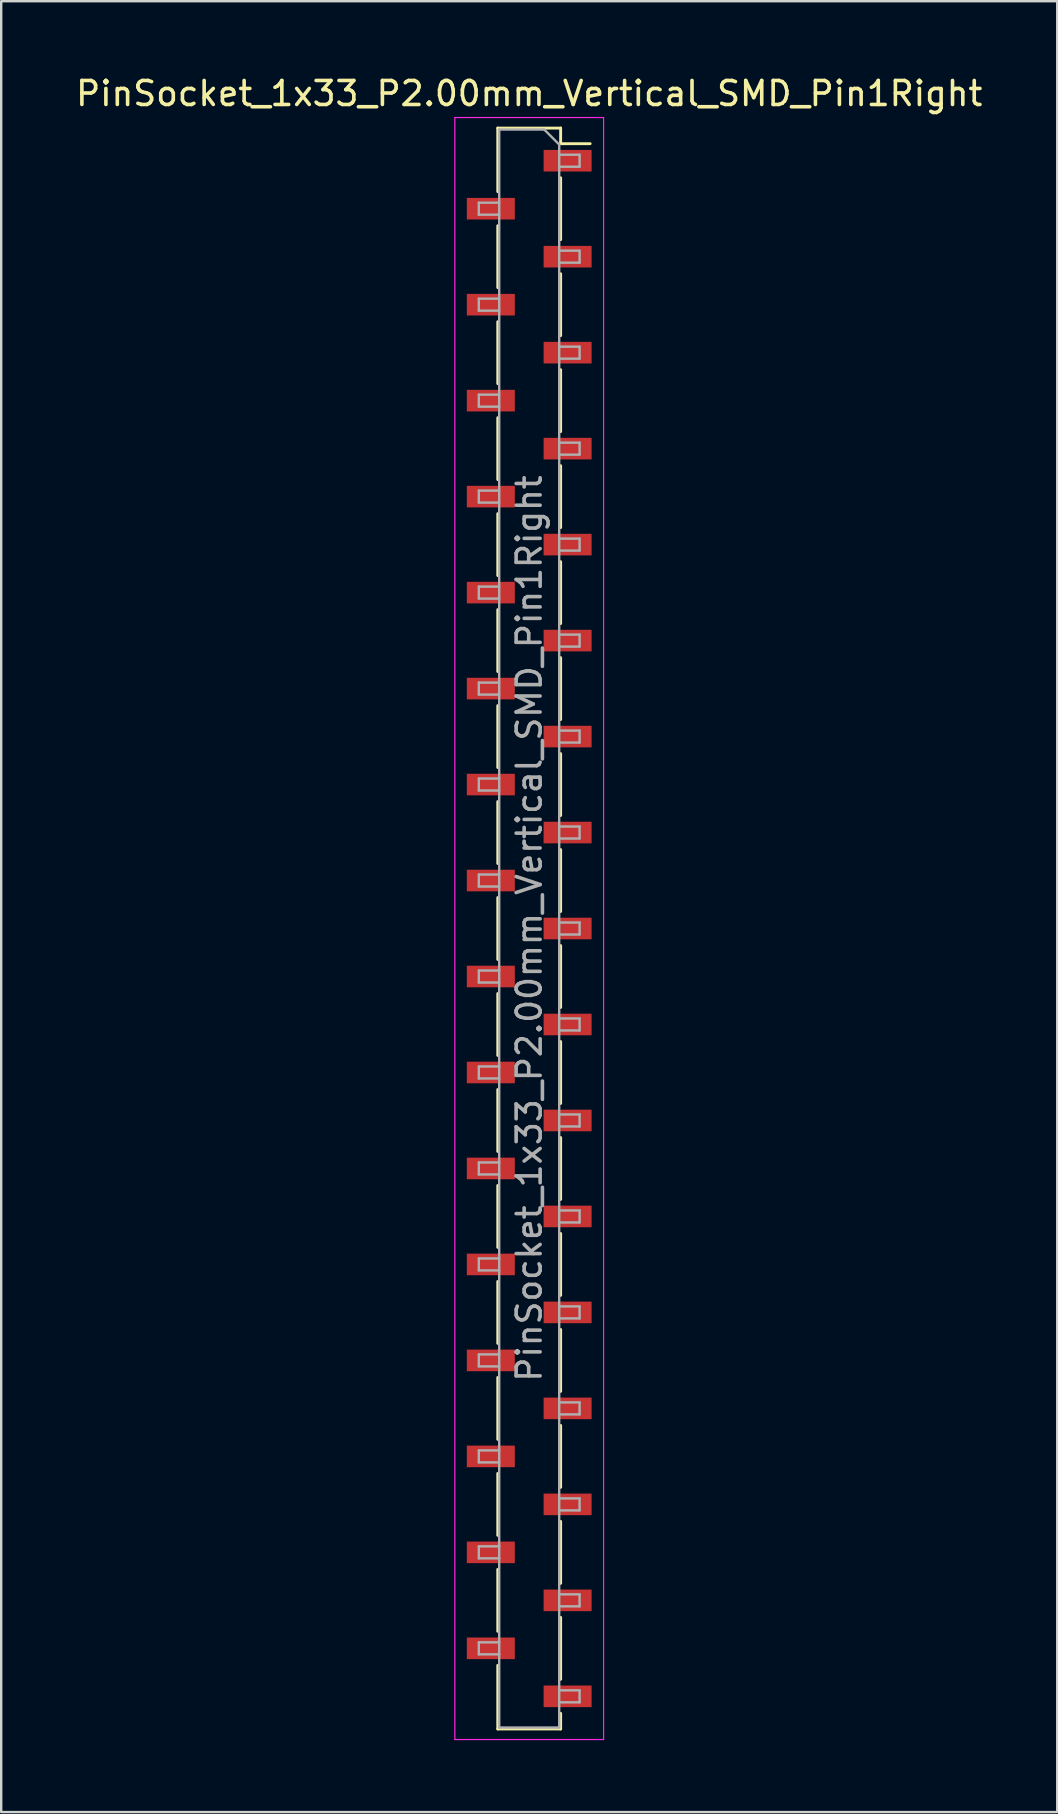
<source format=kicad_pcb>
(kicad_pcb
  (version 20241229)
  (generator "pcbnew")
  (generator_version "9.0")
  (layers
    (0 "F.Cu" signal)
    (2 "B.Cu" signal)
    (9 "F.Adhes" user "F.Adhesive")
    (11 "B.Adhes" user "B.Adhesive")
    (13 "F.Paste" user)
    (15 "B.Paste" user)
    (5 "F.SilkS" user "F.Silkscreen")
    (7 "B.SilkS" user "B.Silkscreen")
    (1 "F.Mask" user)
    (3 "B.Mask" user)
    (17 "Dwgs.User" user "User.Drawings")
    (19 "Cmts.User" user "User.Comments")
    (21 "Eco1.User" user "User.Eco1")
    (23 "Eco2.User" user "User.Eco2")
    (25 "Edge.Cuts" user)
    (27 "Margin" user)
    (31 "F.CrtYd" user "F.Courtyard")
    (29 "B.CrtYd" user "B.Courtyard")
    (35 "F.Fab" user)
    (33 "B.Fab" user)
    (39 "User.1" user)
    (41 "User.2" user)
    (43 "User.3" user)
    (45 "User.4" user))
  (footprint "PinSocket_1x33_P2.00mm_Vertical_SMD_Pin1Right"
    (layer "F.Cu")
    (at 19.006 35.648)
    (property "Reference" "PinSocket_1x33_P2.00mm_Vertical_SMD_Pin1Right" (at 0 -34.8 0) (layer "F.SilkS") (effects (font (size 1 1) (thickness 0.15))))
    (attr smd)
    (fp_line (start -1.31 -33.36) (end -1.31 -30.71) (stroke (width 0.12) (type solid)) (layer "F.SilkS"))
    (fp_line (start -1.31 -33.36) (end 1.31 -33.36) (stroke (width 0.12) (type solid)) (layer "F.SilkS"))
    (fp_line (start -1.31 -29.29) (end -1.31 -26.71) (stroke (width 0.12) (type solid)) (layer "F.SilkS"))
    (fp_line (start -1.31 -25.29) (end -1.31 -22.71) (stroke (width 0.12) (type solid)) (layer "F.SilkS"))
    (fp_line (start -1.31 -21.29) (end -1.31 -18.71) (stroke (width 0.12) (type solid)) (layer "F.SilkS"))
    (fp_line (start -1.31 -17.29) (end -1.31 -14.71) (stroke (width 0.12) (type solid)) (layer "F.SilkS"))
    (fp_line (start -1.31 -13.29) (end -1.31 -10.71) (stroke (width 0.12) (type solid)) (layer "F.SilkS"))
    (fp_line (start -1.31 -9.29) (end -1.31 -6.71) (stroke (width 0.12) (type solid)) (layer "F.SilkS"))
    (fp_line (start -1.31 -5.29) (end -1.31 -2.71) (stroke (width 0.12) (type solid)) (layer "F.SilkS"))
    (fp_line (start -1.31 -1.29) (end -1.31 1.29) (stroke (width 0.12) (type solid)) (layer "F.SilkS"))
    (fp_line (start -1.31 2.71) (end -1.31 5.29) (stroke (width 0.12) (type solid)) (layer "F.SilkS"))
    (fp_line (start -1.31 6.71) (end -1.31 9.29) (stroke (width 0.12) (type solid)) (layer "F.SilkS"))
    (fp_line (start -1.31 10.71) (end -1.31 13.29) (stroke (width 0.12) (type solid)) (layer "F.SilkS"))
    (fp_line (start -1.31 14.71) (end -1.31 17.29) (stroke (width 0.12) (type solid)) (layer "F.SilkS"))
    (fp_line (start -1.31 18.71) (end -1.31 21.29) (stroke (width 0.12) (type solid)) (layer "F.SilkS"))
    (fp_line (start -1.31 22.71) (end -1.31 25.29) (stroke (width 0.12) (type solid)) (layer "F.SilkS"))
    (fp_line (start -1.31 26.71) (end -1.31 29.29) (stroke (width 0.12) (type solid)) (layer "F.SilkS"))
    (fp_line (start -1.31 30.71) (end -1.31 33.36) (stroke (width 0.12) (type solid)) (layer "F.SilkS"))
    (fp_line (start -1.31 33.36) (end 1.31 33.36) (stroke (width 0.12) (type solid)) (layer "F.SilkS"))
    (fp_line (start 1.31 -33.36) (end 1.31 -32.71) (stroke (width 0.12) (type solid)) (layer "F.SilkS"))
    (fp_line (start 1.31 -32.71) (end 2.54 -32.71) (stroke (width 0.12) (type solid)) (layer "F.SilkS"))
    (fp_line (start 1.31 -31.29) (end 1.31 -28.71) (stroke (width 0.12) (type solid)) (layer "F.SilkS"))
    (fp_line (start 1.31 -27.29) (end 1.31 -24.71) (stroke (width 0.12) (type solid)) (layer "F.SilkS"))
    (fp_line (start 1.31 -23.29) (end 1.31 -20.71) (stroke (width 0.12) (type solid)) (layer "F.SilkS"))
    (fp_line (start 1.31 -19.29) (end 1.31 -16.71) (stroke (width 0.12) (type solid)) (layer "F.SilkS"))
    (fp_line (start 1.31 -15.29) (end 1.31 -12.71) (stroke (width 0.12) (type solid)) (layer "F.SilkS"))
    (fp_line (start 1.31 -11.29) (end 1.31 -8.71) (stroke (width 0.12) (type solid)) (layer "F.SilkS"))
    (fp_line (start 1.31 -7.29) (end 1.31 -4.71) (stroke (width 0.12) (type solid)) (layer "F.SilkS"))
    (fp_line (start 1.31 -3.29) (end 1.31 -0.71) (stroke (width 0.12) (type solid)) (layer "F.SilkS"))
    (fp_line (start 1.31 0.71) (end 1.31 3.29) (stroke (width 0.12) (type solid)) (layer "F.SilkS"))
    (fp_line (start 1.31 4.71) (end 1.31 7.29) (stroke (width 0.12) (type solid)) (layer "F.SilkS"))
    (fp_line (start 1.31 8.71) (end 1.31 11.29) (stroke (width 0.12) (type solid)) (layer "F.SilkS"))
    (fp_line (start 1.31 12.71) (end 1.31 15.29) (stroke (width 0.12) (type solid)) (layer "F.SilkS"))
    (fp_line (start 1.31 16.71) (end 1.31 19.29) (stroke (width 0.12) (type solid)) (layer "F.SilkS"))
    (fp_line (start 1.31 20.71) (end 1.31 23.29) (stroke (width 0.12) (type solid)) (layer "F.SilkS"))
    (fp_line (start 1.31 24.71) (end 1.31 27.29) (stroke (width 0.12) (type solid)) (layer "F.SilkS"))
    (fp_line (start 1.31 28.71) (end 1.31 31.29) (stroke (width 0.12) (type solid)) (layer "F.SilkS"))
    (fp_line (start 1.31 32.71) (end 1.31 33.36) (stroke (width 0.12) (type solid)) (layer "F.SilkS"))
    (fp_line (start -3.1 -33.8) (end 3.1 -33.8) (stroke (width 0.05) (type solid)) (layer "F.CrtYd"))
    (fp_line (start -3.1 33.8) (end -3.1 -33.8) (stroke (width 0.05) (type solid)) (layer "F.CrtYd"))
    (fp_line (start 3.1 -33.8) (end 3.1 33.8) (stroke (width 0.05) (type solid)) (layer "F.CrtYd"))
    (fp_line (start 3.1 33.8) (end -3.1 33.8) (stroke (width 0.05) (type solid)) (layer "F.CrtYd"))
    (fp_line (start -2.1 -30.25) (end -1.25 -30.25) (stroke (width 0.1) (type solid)) (layer "F.Fab"))
    (fp_line (start -2.1 -29.75) (end -2.1 -30.25) (stroke (width 0.1) (type solid)) (layer "F.Fab"))
    (fp_line (start -2.1 -26.25) (end -1.25 -26.25) (stroke (width 0.1) (type solid)) (layer "F.Fab"))
    (fp_line (start -2.1 -25.75) (end -2.1 -26.25) (stroke (width 0.1) (type solid)) (layer "F.Fab"))
    (fp_line (start -2.1 -22.25) (end -1.25 -22.25) (stroke (width 0.1) (type solid)) (layer "F.Fab"))
    (fp_line (start -2.1 -21.75) (end -2.1 -22.25) (stroke (width 0.1) (type solid)) (layer "F.Fab"))
    (fp_line (start -2.1 -18.25) (end -1.25 -18.25) (stroke (width 0.1) (type solid)) (layer "F.Fab"))
    (fp_line (start -2.1 -17.75) (end -2.1 -18.25) (stroke (width 0.1) (type solid)) (layer "F.Fab"))
    (fp_line (start -2.1 -14.25) (end -1.25 -14.25) (stroke (width 0.1) (type solid)) (layer "F.Fab"))
    (fp_line (start -2.1 -13.75) (end -2.1 -14.25) (stroke (width 0.1) (type solid)) (layer "F.Fab"))
    (fp_line (start -2.1 -10.25) (end -1.25 -10.25) (stroke (width 0.1) (type solid)) (layer "F.Fab"))
    (fp_line (start -2.1 -9.75) (end -2.1 -10.25) (stroke (width 0.1) (type solid)) (layer "F.Fab"))
    (fp_line (start -2.1 -6.25) (end -1.25 -6.25) (stroke (width 0.1) (type solid)) (layer "F.Fab"))
    (fp_line (start -2.1 -5.75) (end -2.1 -6.25) (stroke (width 0.1) (type solid)) (layer "F.Fab"))
    (fp_line (start -2.1 -2.25) (end -1.25 -2.25) (stroke (width 0.1) (type solid)) (layer "F.Fab"))
    (fp_line (start -2.1 -1.75) (end -2.1 -2.25) (stroke (width 0.1) (type solid)) (layer "F.Fab"))
    (fp_line (start -2.1 1.75) (end -1.25 1.75) (stroke (width 0.1) (type solid)) (layer "F.Fab"))
    (fp_line (start -2.1 2.25) (end -2.1 1.75) (stroke (width 0.1) (type solid)) (layer "F.Fab"))
    (fp_line (start -2.1 5.75) (end -1.25 5.75) (stroke (width 0.1) (type solid)) (layer "F.Fab"))
    (fp_line (start -2.1 6.25) (end -2.1 5.75) (stroke (width 0.1) (type solid)) (layer "F.Fab"))
    (fp_line (start -2.1 9.75) (end -1.25 9.75) (stroke (width 0.1) (type solid)) (layer "F.Fab"))
    (fp_line (start -2.1 10.25) (end -2.1 9.75) (stroke (width 0.1) (type solid)) (layer "F.Fab"))
    (fp_line (start -2.1 13.75) (end -1.25 13.75) (stroke (width 0.1) (type solid)) (layer "F.Fab"))
    (fp_line (start -2.1 14.25) (end -2.1 13.75) (stroke (width 0.1) (type solid)) (layer "F.Fab"))
    (fp_line (start -2.1 17.75) (end -1.25 17.75) (stroke (width 0.1) (type solid)) (layer "F.Fab"))
    (fp_line (start -2.1 18.25) (end -2.1 17.75) (stroke (width 0.1) (type solid)) (layer "F.Fab"))
    (fp_line (start -2.1 21.75) (end -1.25 21.75) (stroke (width 0.1) (type solid)) (layer "F.Fab"))
    (fp_line (start -2.1 22.25) (end -2.1 21.75) (stroke (width 0.1) (type solid)) (layer "F.Fab"))
    (fp_line (start -2.1 25.75) (end -1.25 25.75) (stroke (width 0.1) (type solid)) (layer "F.Fab"))
    (fp_line (start -2.1 26.25) (end -2.1 25.75) (stroke (width 0.1) (type solid)) (layer "F.Fab"))
    (fp_line (start -2.1 29.75) (end -1.25 29.75) (stroke (width 0.1) (type solid)) (layer "F.Fab"))
    (fp_line (start -2.1 30.25) (end -2.1 29.75) (stroke (width 0.1) (type solid)) (layer "F.Fab"))
    (fp_line (start -1.25 -33.3) (end 0.625 -33.3) (stroke (width 0.1) (type solid)) (layer "F.Fab"))
    (fp_line (start -1.25 -29.75) (end -2.1 -29.75) (stroke (width 0.1) (type solid)) (layer "F.Fab"))
    (fp_line (start -1.25 -25.75) (end -2.1 -25.75) (stroke (width 0.1) (type solid)) (layer "F.Fab"))
    (fp_line (start -1.25 -21.75) (end -2.1 -21.75) (stroke (width 0.1) (type solid)) (layer "F.Fab"))
    (fp_line (start -1.25 -17.75) (end -2.1 -17.75) (stroke (width 0.1) (type solid)) (layer "F.Fab"))
    (fp_line (start -1.25 -13.75) (end -2.1 -13.75) (stroke (width 0.1) (type solid)) (layer "F.Fab"))
    (fp_line (start -1.25 -9.75) (end -2.1 -9.75) (stroke (width 0.1) (type solid)) (layer "F.Fab"))
    (fp_line (start -1.25 -5.75) (end -2.1 -5.75) (stroke (width 0.1) (type solid)) (layer "F.Fab"))
    (fp_line (start -1.25 -1.75) (end -2.1 -1.75) (stroke (width 0.1) (type solid)) (layer "F.Fab"))
    (fp_line (start -1.25 2.25) (end -2.1 2.25) (stroke (width 0.1) (type solid)) (layer "F.Fab"))
    (fp_line (start -1.25 6.25) (end -2.1 6.25) (stroke (width 0.1) (type solid)) (layer "F.Fab"))
    (fp_line (start -1.25 10.25) (end -2.1 10.25) (stroke (width 0.1) (type solid)) (layer "F.Fab"))
    (fp_line (start -1.25 14.25) (end -2.1 14.25) (stroke (width 0.1) (type solid)) (layer "F.Fab"))
    (fp_line (start -1.25 18.25) (end -2.1 18.25) (stroke (width 0.1) (type solid)) (layer "F.Fab"))
    (fp_line (start -1.25 22.25) (end -2.1 22.25) (stroke (width 0.1) (type solid)) (layer "F.Fab"))
    (fp_line (start -1.25 26.25) (end -2.1 26.25) (stroke (width 0.1) (type solid)) (layer "F.Fab"))
    (fp_line (start -1.25 30.25) (end -2.1 30.25) (stroke (width 0.1) (type solid)) (layer "F.Fab"))
    (fp_line (start -1.25 33.3) (end -1.25 -33.3) (stroke (width 0.1) (type solid)) (layer "F.Fab"))
    (fp_line (start 0.625 -33.3) (end 1.25 -32.675) (stroke (width 0.1) (type solid)) (layer "F.Fab"))
    (fp_line (start 1.25 -32.675) (end 1.25 33.3) (stroke (width 0.1) (type solid)) (layer "F.Fab"))
    (fp_line (start 1.25 -32.25) (end 2.1 -32.25) (stroke (width 0.1) (type solid)) (layer "F.Fab"))
    (fp_line (start 1.25 -28.25) (end 2.1 -28.25) (stroke (width 0.1) (type solid)) (layer "F.Fab"))
    (fp_line (start 1.25 -24.25) (end 2.1 -24.25) (stroke (width 0.1) (type solid)) (layer "F.Fab"))
    (fp_line (start 1.25 -20.25) (end 2.1 -20.25) (stroke (width 0.1) (type solid)) (layer "F.Fab"))
    (fp_line (start 1.25 -16.25) (end 2.1 -16.25) (stroke (width 0.1) (type solid)) (layer "F.Fab"))
    (fp_line (start 1.25 -12.25) (end 2.1 -12.25) (stroke (width 0.1) (type solid)) (layer "F.Fab"))
    (fp_line (start 1.25 -8.25) (end 2.1 -8.25) (stroke (width 0.1) (type solid)) (layer "F.Fab"))
    (fp_line (start 1.25 -4.25) (end 2.1 -4.25) (stroke (width 0.1) (type solid)) (layer "F.Fab"))
    (fp_line (start 1.25 -0.25) (end 2.1 -0.25) (stroke (width 0.1) (type solid)) (layer "F.Fab"))
    (fp_line (start 1.25 3.75) (end 2.1 3.75) (stroke (width 0.1) (type solid)) (layer "F.Fab"))
    (fp_line (start 1.25 7.75) (end 2.1 7.75) (stroke (width 0.1) (type solid)) (layer "F.Fab"))
    (fp_line (start 1.25 11.75) (end 2.1 11.75) (stroke (width 0.1) (type solid)) (layer "F.Fab"))
    (fp_line (start 1.25 15.75) (end 2.1 15.75) (stroke (width 0.1) (type solid)) (layer "F.Fab"))
    (fp_line (start 1.25 19.75) (end 2.1 19.75) (stroke (width 0.1) (type solid)) (layer "F.Fab"))
    (fp_line (start 1.25 23.75) (end 2.1 23.75) (stroke (width 0.1) (type solid)) (layer "F.Fab"))
    (fp_line (start 1.25 27.75) (end 2.1 27.75) (stroke (width 0.1) (type solid)) (layer "F.Fab"))
    (fp_line (start 1.25 31.75) (end 2.1 31.75) (stroke (width 0.1) (type solid)) (layer "F.Fab"))
    (fp_line (start 1.25 33.3) (end -1.25 33.3) (stroke (width 0.1) (type solid)) (layer "F.Fab"))
    (fp_line (start 2.1 -32.25) (end 2.1 -31.75) (stroke (width 0.1) (type solid)) (layer "F.Fab"))
    (fp_line (start 2.1 -31.75) (end 1.25 -31.75) (stroke (width 0.1) (type solid)) (layer "F.Fab"))
    (fp_line (start 2.1 -28.25) (end 2.1 -27.75) (stroke (width 0.1) (type solid)) (layer "F.Fab"))
    (fp_line (start 2.1 -27.75) (end 1.25 -27.75) (stroke (width 0.1) (type solid)) (layer "F.Fab"))
    (fp_line (start 2.1 -24.25) (end 2.1 -23.75) (stroke (width 0.1) (type solid)) (layer "F.Fab"))
    (fp_line (start 2.1 -23.75) (end 1.25 -23.75) (stroke (width 0.1) (type solid)) (layer "F.Fab"))
    (fp_line (start 2.1 -20.25) (end 2.1 -19.75) (stroke (width 0.1) (type solid)) (layer "F.Fab"))
    (fp_line (start 2.1 -19.75) (end 1.25 -19.75) (stroke (width 0.1) (type solid)) (layer "F.Fab"))
    (fp_line (start 2.1 -16.25) (end 2.1 -15.75) (stroke (width 0.1) (type solid)) (layer "F.Fab"))
    (fp_line (start 2.1 -15.75) (end 1.25 -15.75) (stroke (width 0.1) (type solid)) (layer "F.Fab"))
    (fp_line (start 2.1 -12.25) (end 2.1 -11.75) (stroke (width 0.1) (type solid)) (layer "F.Fab"))
    (fp_line (start 2.1 -11.75) (end 1.25 -11.75) (stroke (width 0.1) (type solid)) (layer "F.Fab"))
    (fp_line (start 2.1 -8.25) (end 2.1 -7.75) (stroke (width 0.1) (type solid)) (layer "F.Fab"))
    (fp_line (start 2.1 -7.75) (end 1.25 -7.75) (stroke (width 0.1) (type solid)) (layer "F.Fab"))
    (fp_line (start 2.1 -4.25) (end 2.1 -3.75) (stroke (width 0.1) (type solid)) (layer "F.Fab"))
    (fp_line (start 2.1 -3.75) (end 1.25 -3.75) (stroke (width 0.1) (type solid)) (layer "F.Fab"))
    (fp_line (start 2.1 -0.25) (end 2.1 0.25) (stroke (width 0.1) (type solid)) (layer "F.Fab"))
    (fp_line (start 2.1 0.25) (end 1.25 0.25) (stroke (width 0.1) (type solid)) (layer "F.Fab"))
    (fp_line (start 2.1 3.75) (end 2.1 4.25) (stroke (width 0.1) (type solid)) (layer "F.Fab"))
    (fp_line (start 2.1 4.25) (end 1.25 4.25) (stroke (width 0.1) (type solid)) (layer "F.Fab"))
    (fp_line (start 2.1 7.75) (end 2.1 8.25) (stroke (width 0.1) (type solid)) (layer "F.Fab"))
    (fp_line (start 2.1 8.25) (end 1.25 8.25) (stroke (width 0.1) (type solid)) (layer "F.Fab"))
    (fp_line (start 2.1 11.75) (end 2.1 12.25) (stroke (width 0.1) (type solid)) (layer "F.Fab"))
    (fp_line (start 2.1 12.25) (end 1.25 12.25) (stroke (width 0.1) (type solid)) (layer "F.Fab"))
    (fp_line (start 2.1 15.75) (end 2.1 16.25) (stroke (width 0.1) (type solid)) (layer "F.Fab"))
    (fp_line (start 2.1 16.25) (end 1.25 16.25) (stroke (width 0.1) (type solid)) (layer "F.Fab"))
    (fp_line (start 2.1 19.75) (end 2.1 20.25) (stroke (width 0.1) (type solid)) (layer "F.Fab"))
    (fp_line (start 2.1 20.25) (end 1.25 20.25) (stroke (width 0.1) (type solid)) (layer "F.Fab"))
    (fp_line (start 2.1 23.75) (end 2.1 24.25) (stroke (width 0.1) (type solid)) (layer "F.Fab"))
    (fp_line (start 2.1 24.25) (end 1.25 24.25) (stroke (width 0.1) (type solid)) (layer "F.Fab"))
    (fp_line (start 2.1 27.75) (end 2.1 28.25) (stroke (width 0.1) (type solid)) (layer "F.Fab"))
    (fp_line (start 2.1 28.25) (end 1.25 28.25) (stroke (width 0.1) (type solid)) (layer "F.Fab"))
    (fp_line (start 2.1 31.75) (end 2.1 32.25) (stroke (width 0.1) (type solid)) (layer "F.Fab"))
    (fp_line (start 2.1 32.25) (end 1.25 32.25) (stroke (width 0.1) (type solid)) (layer "F.Fab"))
    (fp_text user "${REFERENCE}" (at 0 0 90) (layer "F.Fab") (effects (font (size 1 1) (thickness 0.15))))
    (pad "1" smd rect (at 1.6 -32) (size 2 0.9) (layers "F.Cu" "F.Mask" "F.Paste"))
    (pad "2" smd rect (at -1.6 -30) (size 2 0.9) (layers "F.Cu" "F.Mask" "F.Paste"))
    (pad "3" smd rect (at 1.6 -28) (size 2 0.9) (layers "F.Cu" "F.Mask" "F.Paste"))
    (pad "4" smd rect (at -1.6 -26) (size 2 0.9) (layers "F.Cu" "F.Mask" "F.Paste"))
    (pad "5" smd rect (at 1.6 -24) (size 2 0.9) (layers "F.Cu" "F.Mask" "F.Paste"))
    (pad "6" smd rect (at -1.6 -22) (size 2 0.9) (layers "F.Cu" "F.Mask" "F.Paste"))
    (pad "7" smd rect (at 1.6 -20) (size 2 0.9) (layers "F.Cu" "F.Mask" "F.Paste"))
    (pad "8" smd rect (at -1.6 -18) (size 2 0.9) (layers "F.Cu" "F.Mask" "F.Paste"))
    (pad "9" smd rect (at 1.6 -16) (size 2 0.9) (layers "F.Cu" "F.Mask" "F.Paste"))
    (pad "10" smd rect (at -1.6 -14) (size 2 0.9) (layers "F.Cu" "F.Mask" "F.Paste"))
    (pad "11" smd rect (at 1.6 -12) (size 2 0.9) (layers "F.Cu" "F.Mask" "F.Paste"))
    (pad "12" smd rect (at -1.6 -10) (size 2 0.9) (layers "F.Cu" "F.Mask" "F.Paste"))
    (pad "13" smd rect (at 1.6 -8) (size 2 0.9) (layers "F.Cu" "F.Mask" "F.Paste"))
    (pad "14" smd rect (at -1.6 -6) (size 2 0.9) (layers "F.Cu" "F.Mask" "F.Paste"))
    (pad "15" smd rect (at 1.6 -4) (size 2 0.9) (layers "F.Cu" "F.Mask" "F.Paste"))
    (pad "16" smd rect (at -1.6 -2) (size 2 0.9) (layers "F.Cu" "F.Mask" "F.Paste"))
    (pad "17" smd rect (at 1.6 0) (size 2 0.9) (layers "F.Cu" "F.Mask" "F.Paste"))
    (pad "18" smd rect (at -1.6 2) (size 2 0.9) (layers "F.Cu" "F.Mask" "F.Paste"))
    (pad "19" smd rect (at 1.6 4) (size 2 0.9) (layers "F.Cu" "F.Mask" "F.Paste"))
    (pad "20" smd rect (at -1.6 6) (size 2 0.9) (layers "F.Cu" "F.Mask" "F.Paste"))
    (pad "21" smd rect (at 1.6 8) (size 2 0.9) (layers "F.Cu" "F.Mask" "F.Paste"))
    (pad "22" smd rect (at -1.6 10) (size 2 0.9) (layers "F.Cu" "F.Mask" "F.Paste"))
    (pad "23" smd rect (at 1.6 12) (size 2 0.9) (layers "F.Cu" "F.Mask" "F.Paste"))
    (pad "24" smd rect (at -1.6 14) (size 2 0.9) (layers "F.Cu" "F.Mask" "F.Paste"))
    (pad "25" smd rect (at 1.6 16) (size 2 0.9) (layers "F.Cu" "F.Mask" "F.Paste"))
    (pad "26" smd rect (at -1.6 18) (size 2 0.9) (layers "F.Cu" "F.Mask" "F.Paste"))
    (pad "27" smd rect (at 1.6 20) (size 2 0.9) (layers "F.Cu" "F.Mask" "F.Paste"))
    (pad "28" smd rect (at -1.6 22) (size 2 0.9) (layers "F.Cu" "F.Mask" "F.Paste"))
    (pad "29" smd rect (at 1.6 24) (size 2 0.9) (layers "F.Cu" "F.Mask" "F.Paste"))
    (pad "30" smd rect (at -1.6 26) (size 2 0.9) (layers "F.Cu" "F.Mask" "F.Paste"))
    (pad "31" smd rect (at 1.6 28) (size 2 0.9) (layers "F.Cu" "F.Mask" "F.Paste"))
    (pad "32" smd rect (at -1.6 30) (size 2 0.9) (layers "F.Cu" "F.Mask" "F.Paste"))
    (pad "33" smd rect (at 1.6 32) (size 2 0.9) (layers "F.Cu" "F.Mask" "F.Paste")))
  (gr_rect
    (start -3 -3)
    (end 41.012 72.473)
    (stroke (width 0.1) (type default))
    (fill no)
    (layer "Edge.Cuts")))
</source>
